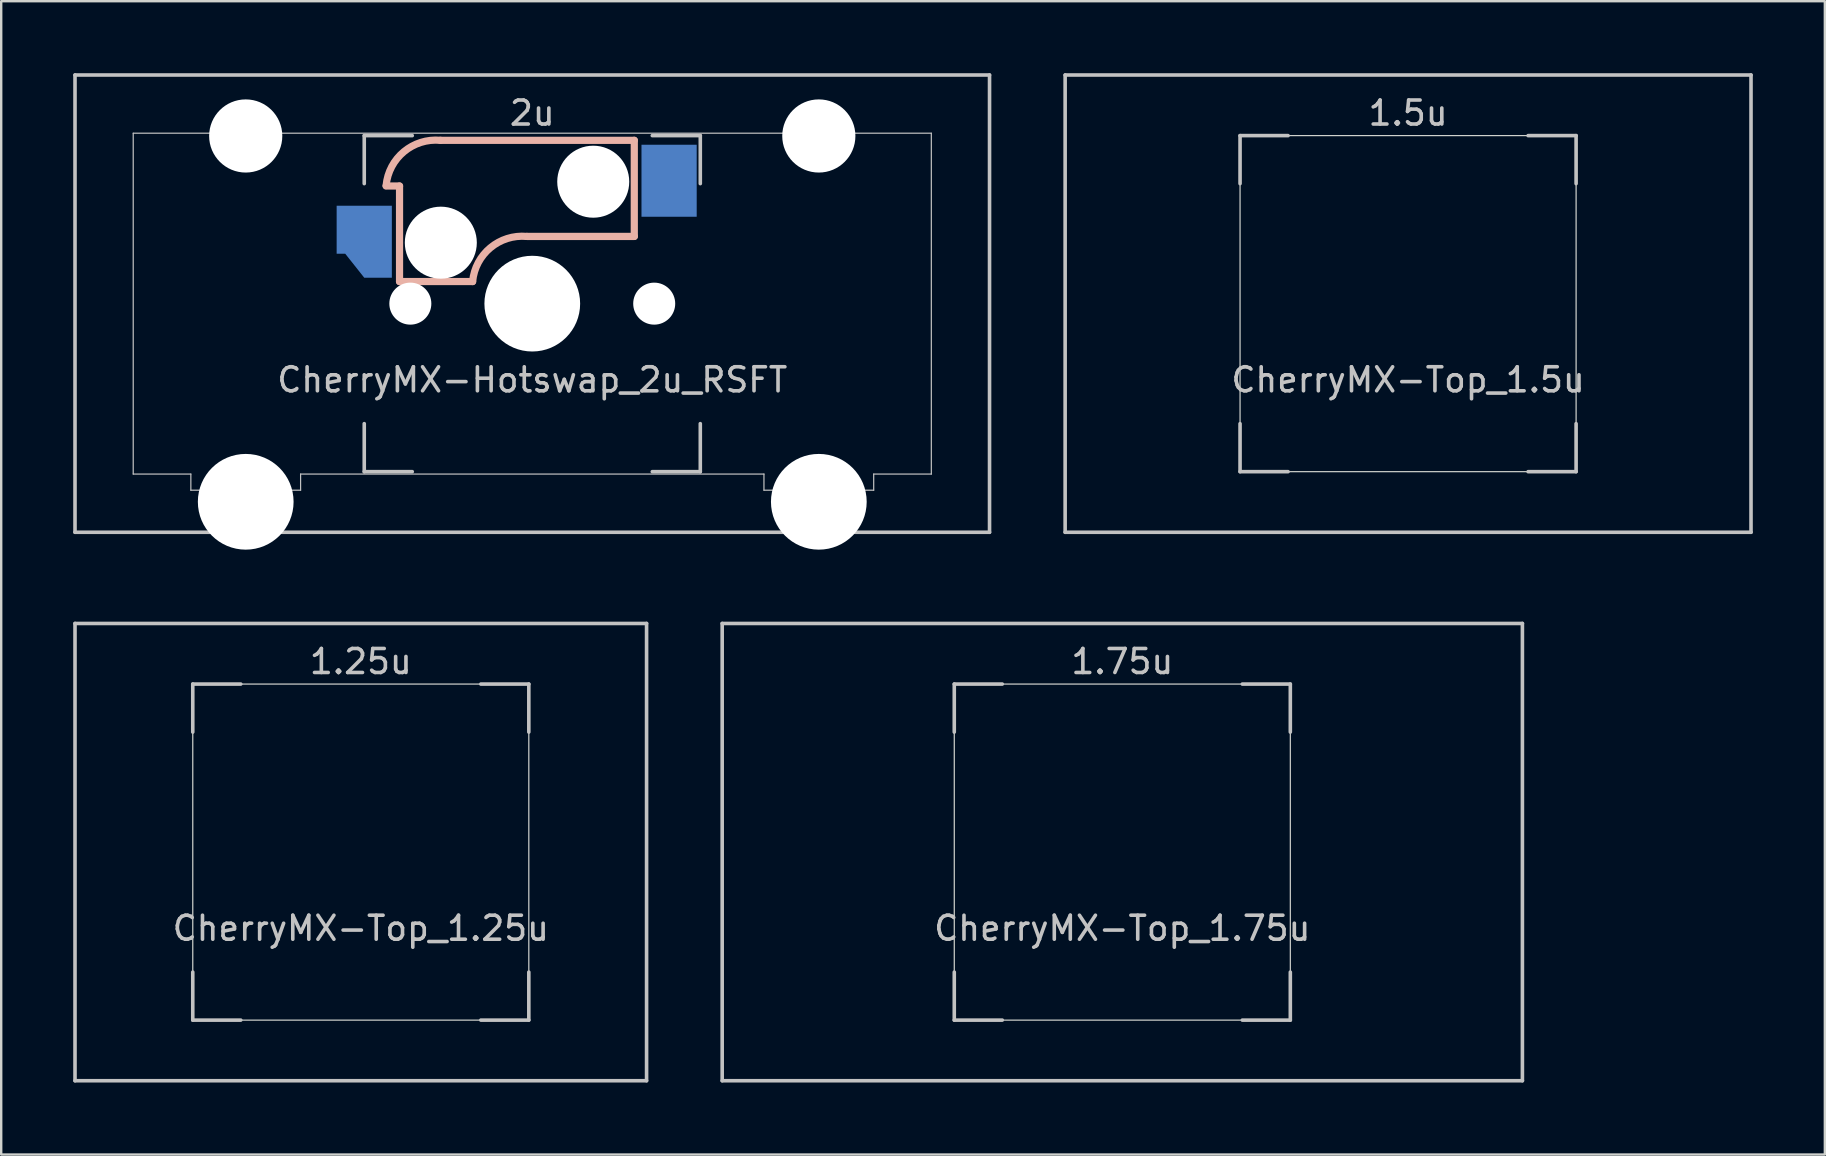
<source format=kicad_pcb>
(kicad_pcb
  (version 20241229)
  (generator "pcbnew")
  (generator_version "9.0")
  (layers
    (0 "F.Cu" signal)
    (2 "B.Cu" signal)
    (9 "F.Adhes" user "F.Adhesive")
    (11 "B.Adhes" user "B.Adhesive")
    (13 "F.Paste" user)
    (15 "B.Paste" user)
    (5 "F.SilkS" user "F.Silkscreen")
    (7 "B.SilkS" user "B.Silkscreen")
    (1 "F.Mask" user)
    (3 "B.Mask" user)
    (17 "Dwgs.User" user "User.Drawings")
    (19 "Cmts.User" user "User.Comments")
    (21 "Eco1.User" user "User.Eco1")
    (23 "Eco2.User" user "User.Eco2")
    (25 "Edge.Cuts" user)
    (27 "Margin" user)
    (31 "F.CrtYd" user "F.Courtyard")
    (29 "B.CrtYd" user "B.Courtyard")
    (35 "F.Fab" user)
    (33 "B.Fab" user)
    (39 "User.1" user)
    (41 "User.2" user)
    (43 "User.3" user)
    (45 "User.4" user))
  (footprint "CherryMX-Top_1.75u"
    (layer "F.Cu")
    (at 43.706 32.449)
    (property "Reference" "CherryMX-Top_1.75u" (at 0 3.175 0) (layer "Dwgs.User") (effects (font (size 1 1) (thickness 0.15))))
    (attr through_hole)
    (fp_line (start -16.669 9.525) (end -16.669 -9.525) (stroke (width 0.15) (type solid)) (layer "Dwgs.User"))
    (fp_line (start -7 -7) (end -7 -5) (stroke (width 0.15) (type solid)) (layer "Dwgs.User"))
    (fp_line (start -7 5) (end -7 7) (stroke (width 0.15) (type solid)) (layer "Dwgs.User"))
    (fp_line (start -7 7) (end -5 7) (stroke (width 0.15) (type solid)) (layer "Dwgs.User"))
    (fp_line (start -5 -7) (end -7 -7) (stroke (width 0.15) (type solid)) (layer "Dwgs.User"))
    (fp_line (start 5 -7) (end 7 -7) (stroke (width 0.15) (type solid)) (layer "Dwgs.User"))
    (fp_line (start 5 7) (end 7 7) (stroke (width 0.15) (type solid)) (layer "Dwgs.User"))
    (fp_line (start 7 -7) (end 7 -5) (stroke (width 0.15) (type solid)) (layer "Dwgs.User"))
    (fp_line (start 7 7) (end 7 5) (stroke (width 0.15) (type solid)) (layer "Dwgs.User"))
    (fp_line (start 16.669 -9.525) (end -16.669 -9.525) (stroke (width 0.15) (type solid)) (layer "Dwgs.User"))
    (fp_line (start 16.669 -9.525) (end 16.669 9.525) (stroke (width 0.15) (type solid)) (layer "Dwgs.User"))
    (fp_line (start 16.669 9.525) (end -16.669 9.525) (stroke (width 0.15) (type solid)) (layer "Dwgs.User"))
    (fp_line (start -7 -7) (end 7 -7) (stroke (width 0.05) (type solid)) (layer "Edge.Cuts"))
    (fp_line (start -7 7) (end -7 -7) (stroke (width 0.05) (type solid)) (layer "Edge.Cuts"))
    (fp_line (start 7 7) (end -7 7) (stroke (width 0.05) (type solid)) (layer "Edge.Cuts"))
    (fp_line (start 7 7) (end 7 -7) (stroke (width 0.05) (type solid)) (layer "Edge.Cuts"))
    (fp_text user "1.75u" (at 0 -7.938 0) (layer "Dwgs.User") (effects (font (size 1 1) (thickness 0.15)))))
  (footprint "CherryMX-Top_1.25u"
    (layer "F.Cu")
    (at 11.981 32.449)
    (property "Reference" "CherryMX-Top_1.25u" (at 0 3.175 0) (layer "Dwgs.User") (effects (font (size 1 1) (thickness 0.15))))
    (attr through_hole)
    (fp_line (start -11.906 9.525) (end -11.906 -9.525) (stroke (width 0.15) (type solid)) (layer "Dwgs.User"))
    (fp_line (start -7 -7) (end -7 -5) (stroke (width 0.15) (type solid)) (layer "Dwgs.User"))
    (fp_line (start -7 5) (end -7 7) (stroke (width 0.15) (type solid)) (layer "Dwgs.User"))
    (fp_line (start -7 7) (end -5 7) (stroke (width 0.15) (type solid)) (layer "Dwgs.User"))
    (fp_line (start -5 -7) (end -7 -7) (stroke (width 0.15) (type solid)) (layer "Dwgs.User"))
    (fp_line (start 5 -7) (end 7 -7) (stroke (width 0.15) (type solid)) (layer "Dwgs.User"))
    (fp_line (start 5 7) (end 7 7) (stroke (width 0.15) (type solid)) (layer "Dwgs.User"))
    (fp_line (start 7 -7) (end 7 -5) (stroke (width 0.15) (type solid)) (layer "Dwgs.User"))
    (fp_line (start 7 7) (end 7 5) (stroke (width 0.15) (type solid)) (layer "Dwgs.User"))
    (fp_line (start 11.906 -9.525) (end -11.906 -9.525) (stroke (width 0.15) (type solid)) (layer "Dwgs.User"))
    (fp_line (start 11.906 9.525) (end -11.906 9.525) (stroke (width 0.15) (type solid)) (layer "Dwgs.User"))
    (fp_line (start 11.906 9.525) (end 11.906 -9.525) (stroke (width 0.15) (type solid)) (layer "Dwgs.User"))
    (fp_line (start -7 -7) (end 7 -7) (stroke (width 0.05) (type solid)) (layer "Edge.Cuts"))
    (fp_line (start -7 7) (end -7 -7) (stroke (width 0.05) (type solid)) (layer "Edge.Cuts"))
    (fp_line (start 7 7) (end -7 7) (stroke (width 0.05) (type solid)) (layer "Edge.Cuts"))
    (fp_line (start 7 7) (end 7 -7) (stroke (width 0.05) (type solid)) (layer "Edge.Cuts"))
    (fp_text user "1.25u" (at 0 -7.938 0) (layer "Dwgs.User") (effects (font (size 1 1) (thickness 0.15)))))
  (footprint "CherryMX-Hotswap_2u_RSFT"
    (layer "F.Cu")
    (at 19.125 9.6)
    (property "Reference" "CherryMX-Hotswap_2u_RSFT" (at 0 3.175 0) (layer "Dwgs.User") (effects (font (size 1 1) (thickness 0.15))))
    (attr through_hole)
    (fp_line (start -6.09 -4.9) (end -5.53 -4.9) (stroke (width 0.3) (type solid)) (layer "B.SilkS"))
    (fp_line (start -5.53 -4.9) (end -5.53 -0.92) (stroke (width 0.3) (type solid)) (layer "B.SilkS"))
    (fp_line (start -5.53 -0.92) (end -2.485 -0.92) (stroke (width 0.3) (type solid)) (layer "B.SilkS"))
    (fp_line (start 4.25 -6.804) (end -3.825 -6.804) (stroke (width 0.3) (type solid)) (layer "B.SilkS"))
    (fp_line (start 4.25 -2.8) (end -0.225 -2.8) (stroke (width 0.3) (type solid)) (layer "B.SilkS"))
    (fp_line (start 4.25 -2.8) (end 4.25 -6.804) (stroke (width 0.3) (type solid)) (layer "B.SilkS"))
    (fp_arc (start -6.089 -4.92) (mid -5.347189 -6.33089) (end -3.825 -6.804) (stroke (width 0.3) (type solid)) (layer "B.SilkS"))
    (fp_arc (start -2.485 -0.92) (mid -1.744361 -2.328061) (end -0.225 -2.8) (stroke (width 0.3) (type solid)) (layer "B.SilkS"))
    (fp_line (start -19.05 -9.525) (end -19.05 9.525) (stroke (width 0.15) (type solid)) (layer "Dwgs.User"))
    (fp_line (start -16.625 -7.1) (end 16.625 -7.1) (stroke (width 0.05) (type solid)) (layer "Dwgs.User"))
    (fp_line (start -16.625 7.1) (end -16.625 -7.1) (stroke (width 0.05) (type solid)) (layer "Dwgs.User"))
    (fp_line (start -14.224 7.1) (end -16.625 7.1) (stroke (width 0.05) (type solid)) (layer "Dwgs.User"))
    (fp_line (start -14.224 7.1) (end -14.224 7.772) (stroke (width 0.05) (type solid)) (layer "Dwgs.User"))
    (fp_line (start -9.652 7.1) (end -9.652 7.772) (stroke (width 0.05) (type solid)) (layer "Dwgs.User"))
    (fp_line (start -9.652 7.772) (end -14.224 7.772) (stroke (width 0.05) (type solid)) (layer "Dwgs.User"))
    (fp_line (start -7 -7) (end -7 -5) (stroke (width 0.15) (type solid)) (layer "Dwgs.User"))
    (fp_line (start -7 5) (end -7 7) (stroke (width 0.15) (type solid)) (layer "Dwgs.User"))
    (fp_line (start -7 7) (end -5 7) (stroke (width 0.15) (type solid)) (layer "Dwgs.User"))
    (fp_line (start -5 -7) (end -7 -7) (stroke (width 0.15) (type solid)) (layer "Dwgs.User"))
    (fp_line (start 5 -7) (end 7 -7) (stroke (width 0.15) (type solid)) (layer "Dwgs.User"))
    (fp_line (start 5 7) (end 7 7) (stroke (width 0.15) (type solid)) (layer "Dwgs.User"))
    (fp_line (start 7 -7) (end 7 -5) (stroke (width 0.15) (type solid)) (layer "Dwgs.User"))
    (fp_line (start 7 7) (end 7 5) (stroke (width 0.15) (type solid)) (layer "Dwgs.User"))
    (fp_line (start 9.652 7.1) (end -9.652 7.1) (stroke (width 0.05) (type solid)) (layer "Dwgs.User"))
    (fp_line (start 9.652 7.1) (end 9.652 7.772) (stroke (width 0.05) (type solid)) (layer "Dwgs.User"))
    (fp_line (start 9.652 7.772) (end 14.224 7.772) (stroke (width 0.05) (type solid)) (layer "Dwgs.User"))
    (fp_line (start 14.224 7.1) (end 14.224 7.772) (stroke (width 0.05) (type solid)) (layer "Dwgs.User"))
    (fp_line (start 14.224 7.1) (end 16.625 7.1) (stroke (width 0.05) (type solid)) (layer "Dwgs.User"))
    (fp_line (start 16.625 7.1) (end 16.625 -7.1) (stroke (width 0.05) (type solid)) (layer "Dwgs.User"))
    (fp_line (start 19.05 -9.525) (end -19.05 -9.525) (stroke (width 0.15) (type solid)) (layer "Dwgs.User"))
    (fp_line (start 19.05 -9.525) (end 19.05 9.525) (stroke (width 0.15) (type solid)) (layer "Dwgs.User"))
    (fp_line (start 19.05 9.525) (end -19.05 9.525) (stroke (width 0.15) (type solid)) (layer "Dwgs.User"))
    (fp_text user "2u" (at 0 -7.938 0) (layer "Dwgs.User") (effects (font (size 1 1) (thickness 0.15))))
    (pad "" np_thru_hole circle (at -11.938 -6.985) (size 3.048 3.048) (drill 3.048) (layers "*.Cu" "*.Mask"))
    (pad "" np_thru_hole circle (at -11.938 8.255) (size 3.988 3.988) (drill 3.988) (layers "*.Cu" "*.Mask"))
    (pad "" np_thru_hole circle (at -5.08 0 48.1) (size 1.75 1.75) (drill 1.75) (layers "*.Cu" "*.Mask"))
    (pad "" np_thru_hole circle (at -3.81 -2.54 180) (size 3 3) (drill 3) (layers "*.Cu" "*.Mask"))
    (pad "" np_thru_hole circle (at 0 0) (size 3.988 3.988) (drill 3.988) (layers "*.Cu" "*.Mask"))
    (pad "" np_thru_hole circle (at 2.54 -5.08 180) (size 3 3) (drill 3) (layers "*.Cu" "*.Mask"))
    (pad "" np_thru_hole circle (at 5.08 0 48.1) (size 1.75 1.75) (drill 1.75) (layers "*.Cu" "*.Mask"))
    (pad "" np_thru_hole circle (at 11.938 -6.985) (size 3.048 3.048) (drill 3.048) (layers "*.Cu" "*.Mask"))
    (pad "" np_thru_hole circle (at 11.938 8.255) (size 3.988 3.988) (drill 3.988) (layers "*.Cu" "*.Mask"))
    (pad "1" smd custom (at -7 -2.58) (size 2.3 1) (layers "B.Cu" "B.Mask" "B.Paste") (options (anchor rect)) (primitives (gr_poly (pts (xy 1.15 1.5) (xy 0 1.5) (xy -1.15 0.05) (xy -1.15 -1.5) (xy 1.15 -1.5)) (width 0) (fill yes))))
    (pad "2" smd rect (at 5.7 -5.12 180) (size 2.3 3) (layers "B.Cu" "B.Mask" "B.Paste")))
  (footprint "CherryMX-Top_1.5u"
    (layer "F.Cu")
    (at 55.612 9.6)
    (property "Reference" "CherryMX-Top_1.5u" (at 0 3.175 0) (layer "Dwgs.User") (effects (font (size 1 1) (thickness 0.15))))
    (attr through_hole)
    (fp_line (start -14.287 9.525) (end -14.287 -9.525) (stroke (width 0.15) (type solid)) (layer "Dwgs.User"))
    (fp_line (start -7 -7) (end -7 -5) (stroke (width 0.15) (type solid)) (layer "Dwgs.User"))
    (fp_line (start -7 5) (end -7 7) (stroke (width 0.15) (type solid)) (layer "Dwgs.User"))
    (fp_line (start -7 7) (end -5 7) (stroke (width 0.15) (type solid)) (layer "Dwgs.User"))
    (fp_line (start -5 -7) (end -7 -7) (stroke (width 0.15) (type solid)) (layer "Dwgs.User"))
    (fp_line (start 5 -7) (end 7 -7) (stroke (width 0.15) (type solid)) (layer "Dwgs.User"))
    (fp_line (start 5 7) (end 7 7) (stroke (width 0.15) (type solid)) (layer "Dwgs.User"))
    (fp_line (start 7 -7) (end 7 -5) (stroke (width 0.15) (type solid)) (layer "Dwgs.User"))
    (fp_line (start 7 7) (end 7 5) (stroke (width 0.15) (type solid)) (layer "Dwgs.User"))
    (fp_line (start 14.287 -9.525) (end -14.287 -9.525) (stroke (width 0.15) (type solid)) (layer "Dwgs.User"))
    (fp_line (start 14.287 -9.525) (end 14.287 9.525) (stroke (width 0.15) (type solid)) (layer "Dwgs.User"))
    (fp_line (start 14.287 9.525) (end -14.287 9.525) (stroke (width 0.15) (type solid)) (layer "Dwgs.User"))
    (fp_line (start -7 -7) (end 7 -7) (stroke (width 0.05) (type solid)) (layer "Edge.Cuts"))
    (fp_line (start -7 7) (end -7 -7) (stroke (width 0.05) (type solid)) (layer "Edge.Cuts"))
    (fp_line (start 7 7) (end -7 7) (stroke (width 0.05) (type solid)) (layer "Edge.Cuts"))
    (fp_line (start 7 7) (end 7 -7) (stroke (width 0.05) (type solid)) (layer "Edge.Cuts"))
    (fp_text user "1.5u" (at 0 -7.938 0) (layer "Dwgs.User") (effects (font (size 1 1) (thickness 0.15)))))
  (gr_rect
    (start -3 -3)
    (end 72.975 45.049)
    (stroke (width 0.1) (type default))
    (fill no)
    (layer "Edge.Cuts")))
</source>
